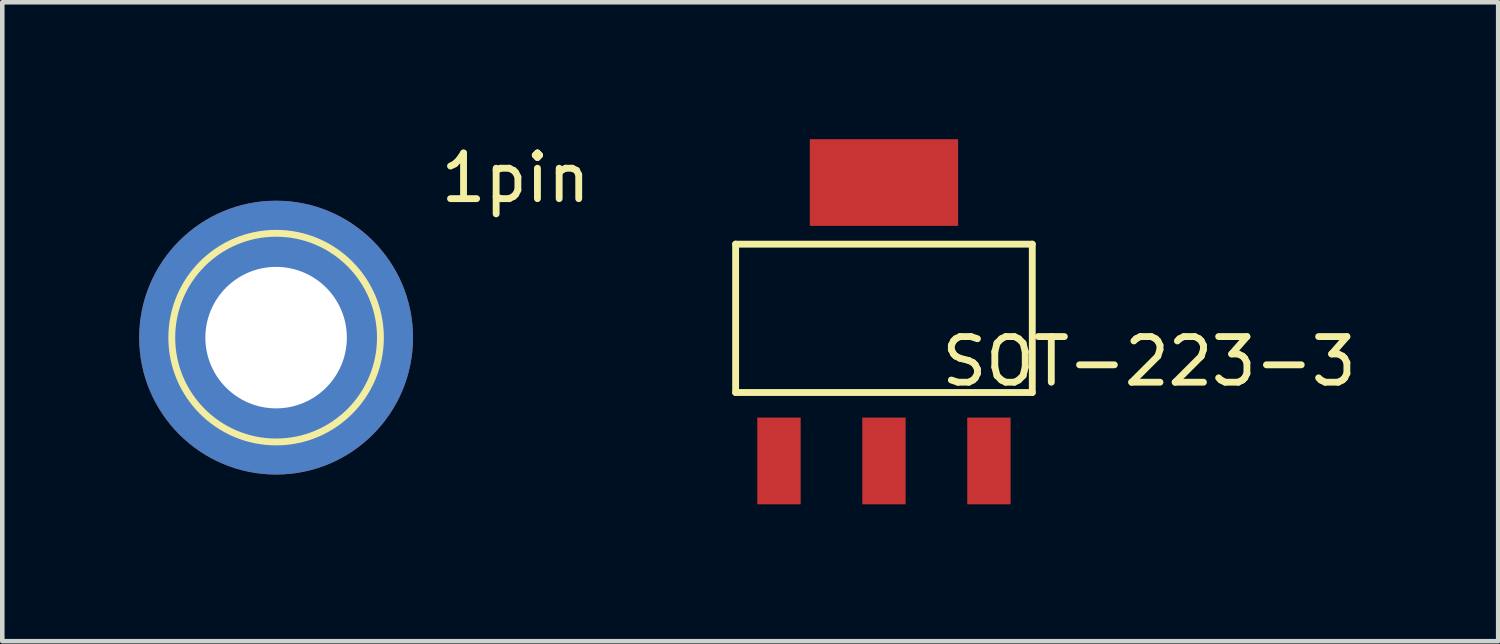
<source format=kicad_pcb>
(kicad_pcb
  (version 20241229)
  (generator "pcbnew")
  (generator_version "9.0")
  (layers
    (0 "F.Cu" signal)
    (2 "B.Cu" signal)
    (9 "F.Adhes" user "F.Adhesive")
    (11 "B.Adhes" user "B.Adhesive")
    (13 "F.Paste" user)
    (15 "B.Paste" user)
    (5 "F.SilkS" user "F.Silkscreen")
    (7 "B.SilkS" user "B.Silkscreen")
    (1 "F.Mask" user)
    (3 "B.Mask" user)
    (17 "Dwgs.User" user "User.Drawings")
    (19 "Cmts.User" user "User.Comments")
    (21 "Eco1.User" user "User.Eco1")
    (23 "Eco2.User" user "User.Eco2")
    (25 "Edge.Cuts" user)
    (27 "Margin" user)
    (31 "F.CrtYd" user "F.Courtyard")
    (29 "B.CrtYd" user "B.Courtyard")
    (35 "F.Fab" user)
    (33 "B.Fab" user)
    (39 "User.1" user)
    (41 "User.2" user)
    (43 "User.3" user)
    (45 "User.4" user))
  (footprint "SOT-223-3"
    (layer "F.Cu")
    (at 16.319 7.05)
    (property "Reference" "SOT-223-3" (at 5.81 -2.18 0) (layer "F.SilkS") (effects (font (size 1 1) (thickness 0.15))))
    (attr through_hole)
    (fp_line (start -3.25 -4.75) (end 3.25 -4.75) (stroke (width 0.15) (type solid)) (layer "F.SilkS"))
    (fp_line (start -3.25 -1.5) (end -3.25 -4.75) (stroke (width 0.15) (type solid)) (layer "F.SilkS"))
    (fp_line (start 3.25 -4.75) (end 3.25 -1.5) (stroke (width 0.15) (type solid)) (layer "F.SilkS"))
    (fp_line (start 3.25 -1.5) (end -3.25 -1.5) (stroke (width 0.15) (type solid)) (layer "F.SilkS"))
    (pad "" smd rect (at 0 -6.1) (size 3.25 1.9) (layers "F.Cu" "F.Mask" "F.Paste"))
    (pad "1" smd rect (at -2.3 0) (size 0.95 1.9) (layers "F.Cu" "F.Mask" "F.Paste"))
    (pad "2" smd rect (at 0 0) (size 0.95 1.9) (layers "F.Cu" "F.Mask" "F.Paste"))
    (pad "3" smd rect (at 2.3 0) (size 0.95 1.9) (layers "F.Cu" "F.Mask" "F.Paste")))
  (footprint "1pin"
    (layer "F.Cu")
    (at 3 4.348)
    (property "Reference" "1pin" (at 5.25 -3.5 0) (layer "F.SilkS") (effects (font (size 1 1) (thickness 0.15))))
    (attr through_hole)
    (fp_circle (center 0 0) (end 0 -2.286) (stroke (width 0.15) (type solid)) (fill no) (layer "F.SilkS"))
    (pad "" np_thru_hole circle (at 0 0) (size 6 6) (drill 3.1) (layers "*.Cu" "*.Mask")))
  (gr_rect
    (start -3 -3)
    (end 29.778 11)
    (stroke (width 0.1) (type default))
    (fill no)
    (layer "Edge.Cuts")))
</source>
